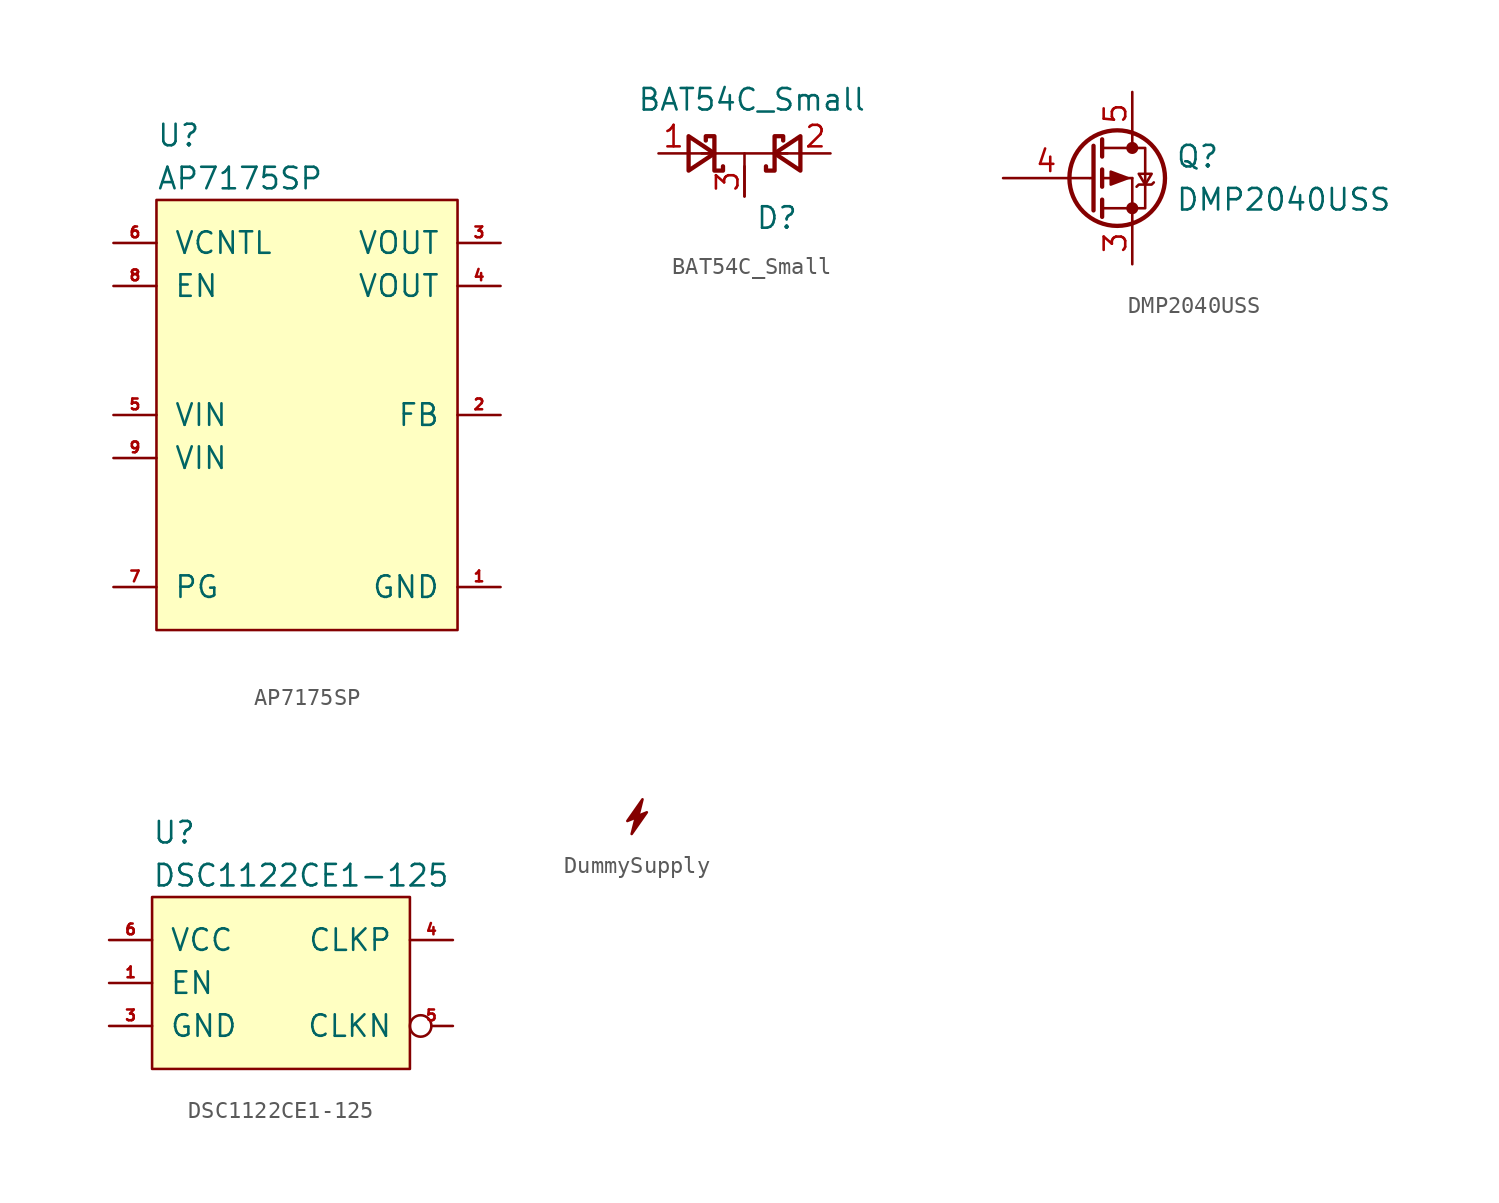
<source format=kicad_sym>
(kicad_symbol_lib
  (version 20211014)
  (generator kicad_symbol_editor)
  (symbol "AP7175SP"
    (pin_names
      (offset 1.016))
    (property "Reference" "U"
      (at 0 3.81 0)
      (effects (font (size 1.27 1.27)) (justify left)))
    (property "Value" "AP7175SP"
      (at 0 1.27 0)
      (effects (font (size 1.27 1.27)) (justify left)))
    (symbol "AP7175SP_0_1"
      (rectangle (start 0 0) (end 17.78 -25.4) (stroke (width 0) (type default) (color 0 0 0 0)) (fill (type background))))
    (symbol "AP7175SP_1_1"
      (pin power_in line (at 20.32 -22.86 180) (length 2.54) (name "GND" (effects (font (size 1.27 1.27)))) (number "1" (effects (font (size 0.635 0.635)))))
      (pin input line (at 20.32 -12.7 180) (length 2.54) (name "FB" (effects (font (size 1.27 1.27)))) (number "2" (effects (font (size 0.635 0.635)))))
      (pin power_out line (at 20.32 -2.54 180) (length 2.54) (name "VOUT" (effects (font (size 1.27 1.27)))) (number "3" (effects (font (size 0.635 0.635)))))
      (pin power_out line (at 20.32 -5.08 180) (length 2.54) (name "VOUT" (effects (font (size 1.27 1.27)))) (number "4" (effects (font (size 0.635 0.635)))))
      (pin power_in line (at -2.54 -12.7 0) (length 2.54) (name "VIN" (effects (font (size 1.27 1.27)))) (number "5" (effects (font (size 0.635 0.635)))))
      (pin power_in line (at -2.54 -2.54 0) (length 2.54) (name "VCNTL" (effects (font (size 1.27 1.27)))) (number "6" (effects (font (size 0.635 0.635)))))
      (pin output line (at -2.54 -22.86 0) (length 2.54) (name "PG" (effects (font (size 1.27 1.27)))) (number "7" (effects (font (size 0.635 0.635)))))
      (pin input line (at -2.54 -5.08 0) (length 2.54) (name "EN" (effects (font (size 1.27 1.27)))) (number "8" (effects (font (size 0.635 0.635)))))
      (pin power_in line (at -2.54 -15.24 0) (length 2.54) (name "VIN" (effects (font (size 1.27 1.27)))) (number "9" (effects (font (size 0.635 0.635)))))))
  (symbol "BAT54C_Small"
    (pin_names
      (offset 1.016))
    (property "Reference" "D"
      (at 0.635 -3.81 0)
      (effects (font (size 1.27 1.27)) (justify left)))
    (property "Value" "BAT54C_Small"
      (at -6.35 3.175 0)
      (effects (font (size 1.27 1.27)) (justify left)))
    (symbol "BAT54C_Small_0_1"
      (polyline (pts (xy -2.54 0) (xy 2.54 0)) (stroke (width 0) (type default) (color 0 0 0 0)) (fill (type none)))
      (polyline (pts (xy 0 0) (xy 0 -2.54)) (stroke (width 0) (type default) (color 0 0 0 0)) (fill (type none))))
    (symbol "BAT54C_Small_1_1"
      (polyline (pts (xy -1.778 0) (xy -3.302 0)) (stroke (width 0) (type default) (color 0 0 0 0)) (fill (type none)))
      (polyline (pts (xy 1.778 0) (xy 3.302 0)) (stroke (width 0) (type default) (color 0 0 0 0)) (fill (type none)))
      (polyline (pts (xy -3.302 1.016) (xy -1.778 0) (xy -3.302 -1.016) (xy -3.302 1.016)) (stroke (width 0.254) (type default) (color 0 0 0 0)) (fill (type none)))
      (polyline (pts (xy 3.302 1.016) (xy 1.778 0) (xy 3.302 -1.016) (xy 3.302 1.016)) (stroke (width 0.254) (type default) (color 0 0 0 0)) (fill (type none)))
      (polyline (pts (xy -1.27 -0.762) (xy -1.27 -1.016) (xy -1.778 -1.016) (xy -1.778 1.016) (xy -2.286 1.016) (xy -2.286 0.762)) (stroke (width 0.254) (type default) (color 0 0 0 0)) (fill (type none)))
      (polyline (pts (xy 1.27 -0.762) (xy 1.27 -1.016) (xy 1.778 -1.016) (xy 1.778 1.016) (xy 2.286 1.016) (xy 2.286 0.762)) (stroke (width 0.254) (type default) (color 0 0 0 0)) (fill (type none)))
      (pin passive line (at -5.08 0 0) (length 1.778) (name "~" (effects (font (size 1.27 1.27)))) (number "1" (effects (font (size 1.27 1.27)))))
      (pin passive line (at 5.08 0 180) (length 1.778) (name "~" (effects (font (size 1.27 1.27)))) (number "2" (effects (font (size 1.27 1.27)))))
      (pin passive line (at 0 -2.54 90) (length 1.778) (name "~" (effects (font (size 1.27 1.27)))) (number "3" (effects (font (size 1.27 1.27)))))))
  (symbol "DMP2040USS"
    (pin_names
      (offset 0) hide)
    (property "Reference" "Q"
      (at 5.08 1.27 0)
      (effects (font (size 1.27 1.27)) (justify left)))
    (property "Value" "DMP2040USS"
      (at 5.08 -1.27 0)
      (effects (font (size 1.27 1.27)) (justify left)))
    (symbol "DMP2040USS_0_1"
      (polyline (pts (xy 0.051 0) (xy 0.254 0)) (stroke (width 0) (type default) (color 0 0 0 0)) (fill (type none)))
      (polyline (pts (xy 0.762 -1.778) (xy 2.54 -1.778)) (stroke (width 0) (type default) (color 0 0 0 0)) (fill (type none)))
      (polyline (pts (xy 0.762 -1.27) (xy 0.762 -2.286)) (stroke (width 0.254) (type default) (color 0 0 0 0)) (fill (type none)))
      (polyline (pts (xy 0.762 0) (xy 2.54 0)) (stroke (width 0) (type default) (color 0 0 0 0)) (fill (type none)))
      (polyline (pts (xy 0.762 0.508) (xy 0.762 -0.508)) (stroke (width 0.254) (type default) (color 0 0 0 0)) (fill (type none)))
      (polyline (pts (xy 0.762 1.778) (xy 2.54 1.778)) (stroke (width 0) (type default) (color 0 0 0 0)) (fill (type none)))
      (polyline (pts (xy 0.762 2.286) (xy 0.762 1.27)) (stroke (width 0.254) (type default) (color 0 0 0 0)) (fill (type none)))
      (polyline (pts (xy 2.54 -1.778) (xy 2.54 -2.54)) (stroke (width 0) (type default) (color 0 0 0 0)) (fill (type none)))
      (polyline (pts (xy 2.54 -1.778) (xy 2.54 0)) (stroke (width 0) (type default) (color 0 0 0 0)) (fill (type none)))
      (polyline (pts (xy 2.54 2.54) (xy 2.54 1.778)) (stroke (width 0) (type default) (color 0 0 0 0)) (fill (type none)))
      (polyline (pts (xy 0.254 1.905) (xy 0.254 -1.905) (xy 0.254 -1.905)) (stroke (width 0.254) (type default) (color 0 0 0 0)) (fill (type none)))
      (polyline (pts (xy 2.286 0) (xy 1.27 -0.381) (xy 1.27 0.381) (xy 2.286 0)) (stroke (width 0) (type default) (color 0 0 0 0)) (fill (type outline)))
      (polyline (pts (xy 2.54 -1.778) (xy 3.302 -1.778) (xy 3.302 1.778) (xy 2.54 1.778)) (stroke (width 0) (type default) (color 0 0 0 0)) (fill (type none)))
      (polyline (pts (xy 2.794 -0.508) (xy 2.921 -0.381) (xy 3.683 -0.381) (xy 3.81 -0.254)) (stroke (width 0) (type default) (color 0 0 0 0)) (fill (type none)))
      (polyline (pts (xy 3.302 -0.381) (xy 2.921 0.254) (xy 3.683 0.254) (xy 3.302 -0.381)) (stroke (width 0) (type default) (color 0 0 0 0)) (fill (type none)))
      (circle (center 1.651 0) (radius 2.819) (stroke (width 0.254) (type default) (color 0 0 0 0)) (fill (type none)))
      (circle (center 2.54 -1.778) (radius 0.279) (stroke (width 0) (type default) (color 0 0 0 0)) (fill (type outline)))
      (circle (center 2.54 1.778) (radius 0.279) (stroke (width 0) (type default) (color 0 0 0 0)) (fill (type outline))))
    (symbol "DMP2040USS_1_1"
      (pin passive line (at 2.54 -5.08 90) (length 2.54) hide (name "S" (effects (font (size 1.27 1.27)))) (number "1" (effects (font (size 1.27 1.27)))))
      (pin passive line (at 2.54 -5.08 90) (length 2.54) hide (name "S" (effects (font (size 1.27 1.27)))) (number "2" (effects (font (size 1.27 1.27)))))
      (pin passive line (at 2.54 -5.08 90) (length 2.54) (name "S" (effects (font (size 1.27 1.27)))) (number "3" (effects (font (size 1.27 1.27)))))
      (pin input line (at -5.08 0 0) (length 5.08) (name "G" (effects (font (size 1.27 1.27)))) (number "4" (effects (font (size 1.27 1.27)))))
      (pin passive line (at 2.54 5.08 270) (length 2.54) (name "D" (effects (font (size 1.27 1.27)))) (number "5" (effects (font (size 1.27 1.27)))))
      (pin passive line (at 2.54 5.08 270) (length 2.54) hide (name "D" (effects (font (size 1.27 1.27)))) (number "6" (effects (font (size 1.27 1.27)))))
      (pin passive line (at 2.54 5.08 270) (length 2.54) hide (name "D" (effects (font (size 1.27 1.27)))) (number "7" (effects (font (size 1.27 1.27)))))
      (pin passive line (at 2.54 5.08 270) (length 2.54) hide (name "D" (effects (font (size 1.27 1.27)))) (number "8" (effects (font (size 1.27 1.27)))))))
  (symbol "DSC1122CE1-125"
    (pin_names
      (offset 1.016))
    (property "Reference" "U"
      (at 0 3.81 0)
      (effects (font (size 1.27 1.27)) (justify left)))
    (property "Value" "DSC1122CE1-125"
      (at 0 1.27 0)
      (effects (font (size 1.27 1.27)) (justify left)))
    (symbol "DSC1122CE1-125_0_1"
      (rectangle (start 0 0) (end 15.24 -10.16) (stroke (width 0) (type default) (color 0 0 0 0)) (fill (type background))))
    (symbol "DSC1122CE1-125_1_1"
      (pin input line (at -2.54 -5.08 0) (length 2.54) (name "EN" (effects (font (size 1.27 1.27)))) (number "1" (effects (font (size 0.635 0.635)))))
      (pin power_in line (at -2.54 -7.62 0) (length 2.54) (name "GND" (effects (font (size 1.27 1.27)))) (number "3" (effects (font (size 0.635 0.635)))))
      (pin output line (at 17.78 -2.54 180) (length 2.54) (name "CLKP" (effects (font (size 1.27 1.27)))) (number "4" (effects (font (size 0.635 0.635)))))
      (pin output inverted (at 17.78 -7.62 180) (length 2.54) (name "CLKN" (effects (font (size 1.27 1.27)))) (number "5" (effects (font (size 0.635 0.635)))))
      (pin power_in line (at -2.54 -2.54 0) (length 2.54) (name "VCC" (effects (font (size 1.27 1.27)))) (number "6" (effects (font (size 0.635 0.635)))))))
  (symbol "DummySupply"
    (power)
    (pin_names
      (offset 1.016))
    (property "Reference" "DS"
      (at 0 0 0)
      (effects (font (size 1.27 1.27)) hide))
    (symbol "DummySupply_0_1"
      (polyline (pts (xy 0 0.254) (xy 0.889 1.524) (xy 0.254 1.27) (xy 0 0.254)) (stroke (width 0) (type default) (color 0 0 0 0)) (fill (type outline))))
    (symbol "DummySupply_1_1"
      (polyline (pts (xy 0.635 2.286) (xy -0.254 1.016) (xy 0.381 1.27) (xy 0.635 2.286)) (stroke (width 0) (type default) (color 0 0 0 0)) (fill (type outline)))
      (pin power_out line (at 0 0 90) (length 2.54) hide (name "Dummy" (effects (font (size 1.27 1.27)))) (number "~" (effects (font (size 0.635 0.635))))))))
</source>
